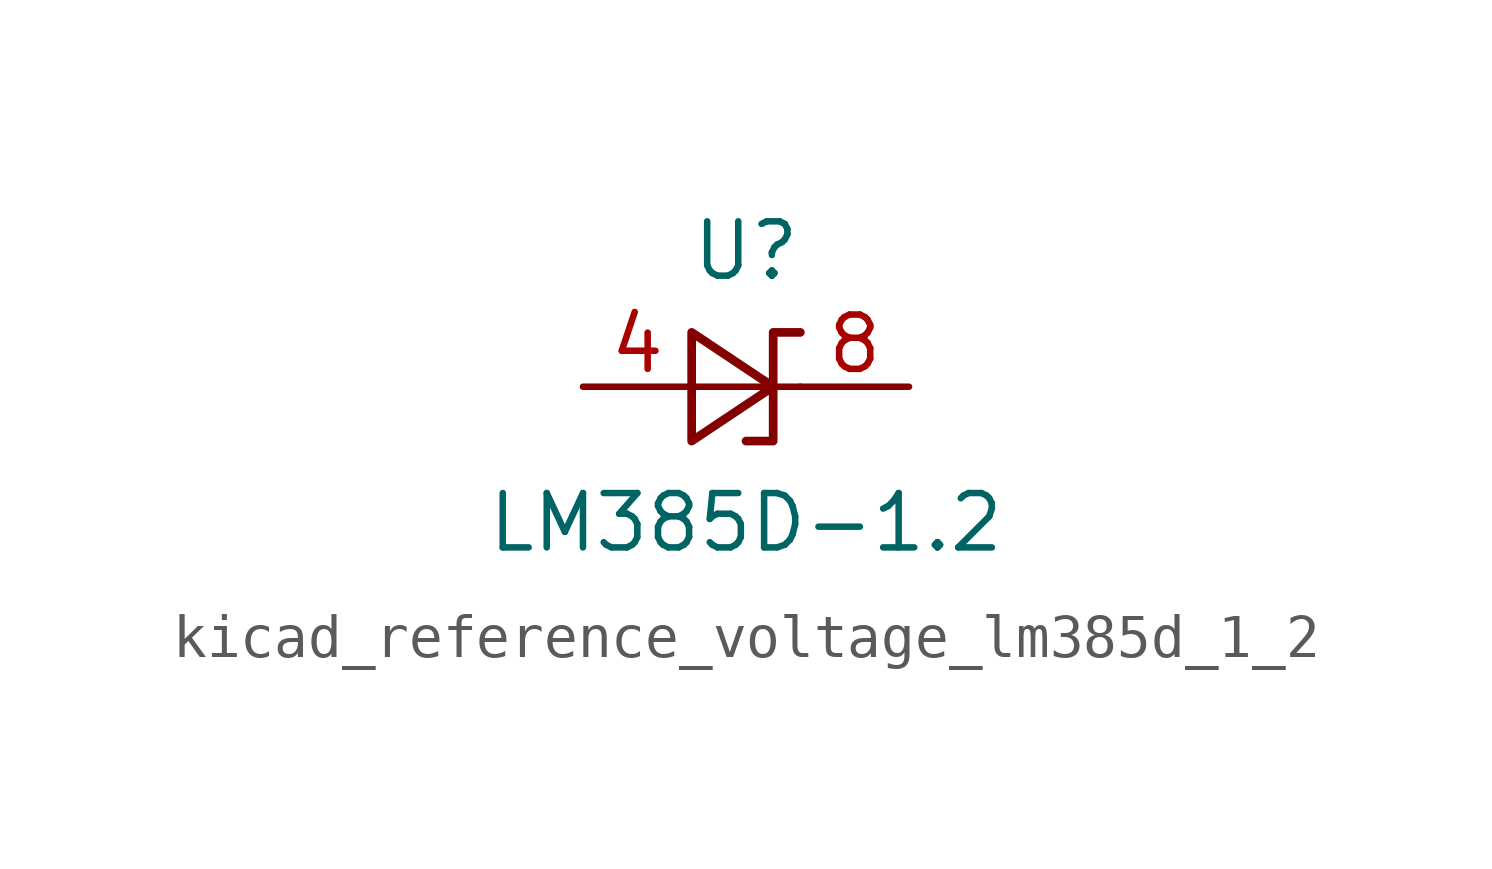
<source format=kicad_sym>
(kicad_symbol_lib
  (version 20220914)
  (generator kicad_symbol_editor)
  (symbol "kicad_reference_voltage_lm385d_1_2"
    (pin_names
      (offset 0.025) hide)
    (property "Reference" "U"
      (at 0 3.175 0)
      (effects (font (size 1.27 1.27))))
    (property "Value" "LM385D-1.2"
      (at 0 -3.175 0)
      (effects (font (size 1.27 1.27))))
    (symbol "kicad_reference_voltage_lm385d_1_2_0_1"
      (polyline (pts (xy -1.27 0) (xy 0 0) (xy 1.27 0)) (stroke (width 0) (type default)) (fill (type none)))
      (polyline (pts (xy -1.27 -1.27) (xy 0.635 0) (xy -1.27 1.27) (xy -1.27 -1.27)) (stroke (width 0.203) (type default)) (fill (type none)))
      (polyline (pts (xy 0 -1.27) (xy 0.635 -1.27) (xy 0.635 1.27) (xy 1.27 1.27)) (stroke (width 0.203) (type default)) (fill (type none))))
    (symbol "kicad_reference_voltage_lm385d_1_2_1_1"
      (pin passive line (at -3.81 0 0) (length 2.54) (name "A" (effects (font (size 1.27 1.27)))) (number "4" (effects (font (size 1.27 1.27)))))
      (pin passive line (at 3.81 0 180) (length 2.54) (name "K" (effects (font (size 1.27 1.27)))) (number "8" (effects (font (size 1.27 1.27))))))))
</source>
